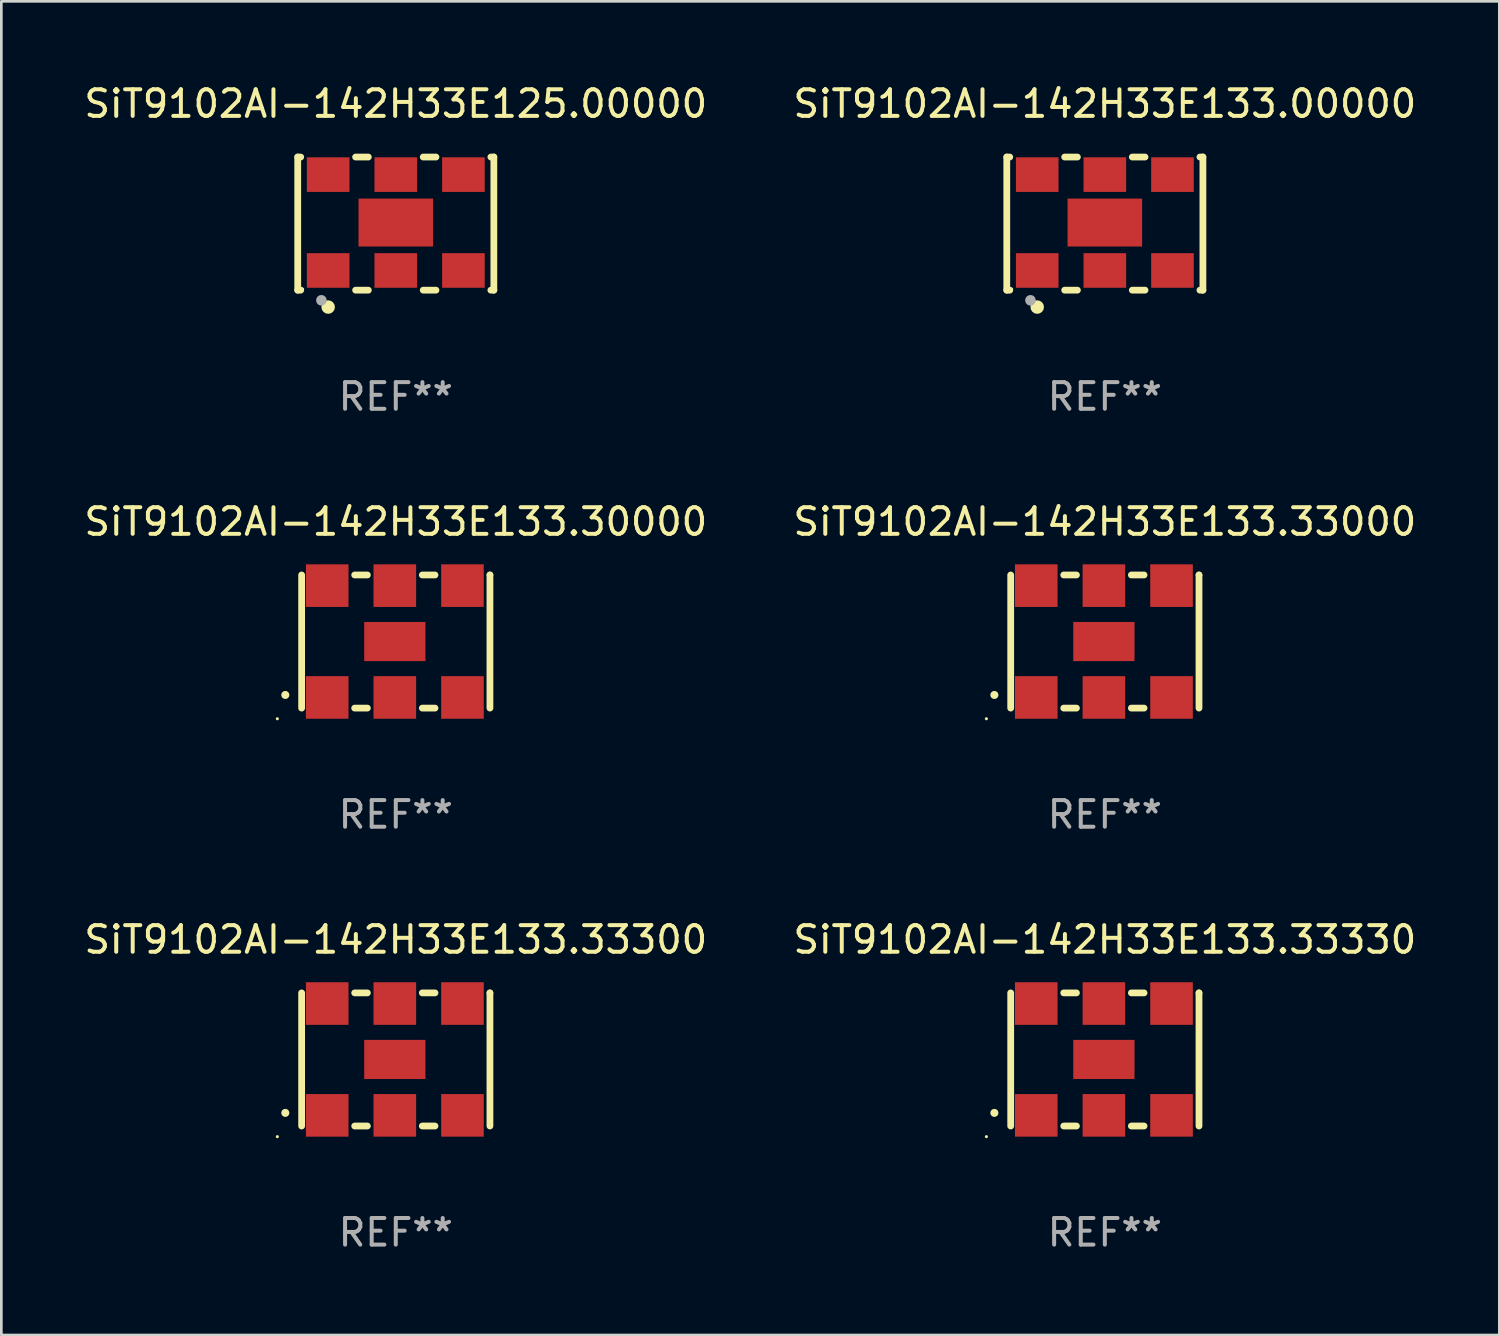
<source format=kicad_pcb>
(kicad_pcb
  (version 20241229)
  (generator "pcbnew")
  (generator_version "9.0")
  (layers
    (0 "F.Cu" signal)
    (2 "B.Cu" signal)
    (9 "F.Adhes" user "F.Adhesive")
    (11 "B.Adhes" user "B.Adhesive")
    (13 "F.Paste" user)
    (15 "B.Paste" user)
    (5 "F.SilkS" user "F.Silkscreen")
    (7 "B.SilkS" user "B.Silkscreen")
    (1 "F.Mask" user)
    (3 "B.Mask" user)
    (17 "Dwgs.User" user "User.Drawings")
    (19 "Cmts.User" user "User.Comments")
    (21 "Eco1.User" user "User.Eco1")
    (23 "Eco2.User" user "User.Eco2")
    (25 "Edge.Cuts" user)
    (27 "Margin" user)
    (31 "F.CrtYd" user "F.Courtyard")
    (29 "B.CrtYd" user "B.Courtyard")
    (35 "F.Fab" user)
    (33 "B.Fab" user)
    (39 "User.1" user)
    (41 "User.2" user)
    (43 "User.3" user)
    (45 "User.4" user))
  (footprint "SiT9102AI-142H33E133.33300"
    (layer "F.Cu")
    (at 11.815 36.741)
    (property "Reference" "SiT9102AI-142H33E133.33300" (at 0 -4.5 0) (layer "F.SilkS") (effects (font (size 1 1) (thickness 0.15))))
    (attr through_hole)
    (fp_line (start -3.536 -2.5) (end -3.536 2.5) (stroke (width 0.254) (type solid)) (layer "F.SilkS"))
    (fp_line (start -1.544 2.5) (end -1.067 2.5) (stroke (width 0.254) (type solid)) (layer "F.SilkS"))
    (fp_line (start -1.067 -2.5) (end -1.544 -2.5) (stroke (width 0.254) (type solid)) (layer "F.SilkS"))
    (fp_line (start 0.996 2.5) (end 1.473 2.5) (stroke (width 0.254) (type solid)) (layer "F.SilkS"))
    (fp_line (start 1.473 -2.5) (end 0.996 -2.5) (stroke (width 0.254) (type solid)) (layer "F.SilkS"))
    (fp_line (start 3.536 -2.5) (end 3.536 -2.5) (stroke (width 0.254) (type solid)) (layer "F.SilkS"))
    (fp_line (start 3.536 2.5) (end 3.536 -2.5) (stroke (width 0.254) (type solid)) (layer "F.SilkS"))
    (fp_arc (start -4.150432 2.006604) (mid -4.149162 2.006599) (end -4.147892 2.006604) (stroke (width 0.3) (type solid)) (layer "F.SilkS"))
    (fp_circle (center -4.449 2.9) (end -4.419 2.9) (stroke (width 0.06) (type solid)) (fill no) (layer "F.SilkS"))
    (fp_text user "REF**" (at 0 6.5 0) (layer "F.Fab") (effects (font (size 1 1) (thickness 0.15))))
    (pad "1" smd rect (at -2.576 2.1) (size 1.6 1.6) (layers "F.Cu" "F.Mask" "F.Paste"))
    (pad "2" smd rect (at -0.036 2.1) (size 1.6 1.6) (layers "F.Cu" "F.Mask" "F.Paste"))
    (pad "3" smd rect (at 2.504 2.1) (size 1.6 1.6) (layers "F.Cu" "F.Mask" "F.Paste"))
    (pad "4" smd rect (at 2.504 -2.1) (size 1.6 1.6) (layers "F.Cu" "F.Mask" "F.Paste"))
    (pad "5" smd rect (at -0.036 -2.1) (size 1.6 1.6) (layers "F.Cu" "F.Mask" "F.Paste"))
    (pad "6" smd rect (at -2.576 -2.1) (size 1.6 1.6) (layers "F.Cu" "F.Mask" "F.Paste"))
    (pad "7" smd rect (at -0.036 0) (size 2.3 1.47) (layers "F.Cu" "F.Mask" "F.Paste")))
  (footprint "SiT9102AI-142H33E133.00000"
    (layer "F.Cu")
    (at 38.446 5.348)
    (property "Reference" "SiT9102AI-142H33E133.00000" (at 0 -4.5 0) (layer "F.SilkS") (effects (font (size 1 1) (thickness 0.15))))
    (attr through_hole)
    (fp_line (start -3.683 -2.5) (end -3.571 -2.5) (stroke (width 0.254) (type solid)) (layer "F.SilkS"))
    (fp_line (start -3.683 2.5) (end -3.683 -2.5) (stroke (width 0.254) (type solid)) (layer "F.SilkS"))
    (fp_line (start -3.683 2.5) (end -3.571 2.5) (stroke (width 0.254) (type solid)) (layer "F.SilkS"))
    (fp_line (start -1.509 -2.5) (end -1.031 -2.5) (stroke (width 0.254) (type solid)) (layer "F.SilkS"))
    (fp_line (start -1.509 2.5) (end -1.031 2.5) (stroke (width 0.254) (type solid)) (layer "F.SilkS"))
    (fp_line (start 1.031 -2.5) (end 1.509 -2.5) (stroke (width 0.254) (type solid)) (layer "F.SilkS"))
    (fp_line (start 1.031 2.5) (end 1.509 2.5) (stroke (width 0.254) (type solid)) (layer "F.SilkS"))
    (fp_line (start 3.571 -2.5) (end 3.683 -2.5) (stroke (width 0.254) (type solid)) (layer "F.SilkS"))
    (fp_line (start 3.571 2.5) (end 3.683 2.5) (stroke (width 0.254) (type solid)) (layer "F.SilkS"))
    (fp_line (start 3.683 2.5) (end 3.683 -2.5) (stroke (width 0.254) (type solid)) (layer "F.SilkS"))
    (fp_circle (center -3.5 2.46) (end -3.47 2.46) (stroke (width 0.06) (type solid)) (fill no) (layer "F.SilkS"))
    (fp_circle (center -2.54 3.135) (end -2.413 3.135) (stroke (width 0.254) (type solid)) (fill no) (layer "F.SilkS"))
    (fp_circle (center -2.794 2.881) (end -2.694 2.881) (stroke (width 0.2) (type solid)) (fill no) (layer "F.Fab"))
    (fp_text user "REF**" (at 0 6.5 0) (layer "F.Fab") (effects (font (size 1 1) (thickness 0.15))))
    (pad "1" smd rect (at -2.54 1.76) (size 1.6 1.3) (layers "F.Cu" "F.Mask" "F.Paste"))
    (pad "2" smd rect (at 0 1.76) (size 1.6 1.3) (layers "F.Cu" "F.Mask" "F.Paste"))
    (pad "3" smd rect (at 2.54 1.76) (size 1.6 1.3) (layers "F.Cu" "F.Mask" "F.Paste"))
    (pad "4" smd rect (at 2.54 -1.84) (size 1.6 1.3) (layers "F.Cu" "F.Mask" "F.Paste"))
    (pad "5" smd rect (at 0 -1.84) (size 1.6 1.3) (layers "F.Cu" "F.Mask" "F.Paste"))
    (pad "6" smd rect (at -2.54 -1.84) (size 1.6 1.3) (layers "F.Cu" "F.Mask" "F.Paste"))
    (pad "7" smd rect (at 0 -0.04) (size 2.8 1.8) (layers "F.Cu" "F.Mask" "F.Paste")))
  (footprint "SiT9102AI-142H33E125.00000"
    (layer "F.Cu")
    (at 11.815 5.348)
    (property "Reference" "SiT9102AI-142H33E125.00000" (at 0 -4.5 0) (layer "F.SilkS") (effects (font (size 1 1) (thickness 0.15))))
    (attr through_hole)
    (fp_line (start -3.683 -2.5) (end -3.571 -2.5) (stroke (width 0.254) (type solid)) (layer "F.SilkS"))
    (fp_line (start -3.683 2.5) (end -3.683 -2.5) (stroke (width 0.254) (type solid)) (layer "F.SilkS"))
    (fp_line (start -3.683 2.5) (end -3.571 2.5) (stroke (width 0.254) (type solid)) (layer "F.SilkS"))
    (fp_line (start -1.509 -2.5) (end -1.031 -2.5) (stroke (width 0.254) (type solid)) (layer "F.SilkS"))
    (fp_line (start -1.509 2.5) (end -1.031 2.5) (stroke (width 0.254) (type solid)) (layer "F.SilkS"))
    (fp_line (start 1.031 -2.5) (end 1.509 -2.5) (stroke (width 0.254) (type solid)) (layer "F.SilkS"))
    (fp_line (start 1.031 2.5) (end 1.509 2.5) (stroke (width 0.254) (type solid)) (layer "F.SilkS"))
    (fp_line (start 3.571 -2.5) (end 3.683 -2.5) (stroke (width 0.254) (type solid)) (layer "F.SilkS"))
    (fp_line (start 3.571 2.5) (end 3.683 2.5) (stroke (width 0.254) (type solid)) (layer "F.SilkS"))
    (fp_line (start 3.683 2.5) (end 3.683 -2.5) (stroke (width 0.254) (type solid)) (layer "F.SilkS"))
    (fp_circle (center -3.5 2.46) (end -3.47 2.46) (stroke (width 0.06) (type solid)) (fill no) (layer "F.SilkS"))
    (fp_circle (center -2.54 3.135) (end -2.413 3.135) (stroke (width 0.254) (type solid)) (fill no) (layer "F.SilkS"))
    (fp_circle (center -2.794 2.881) (end -2.694 2.881) (stroke (width 0.2) (type solid)) (fill no) (layer "F.Fab"))
    (fp_text user "REF**" (at 0 6.5 0) (layer "F.Fab") (effects (font (size 1 1) (thickness 0.15))))
    (pad "1" smd rect (at -2.54 1.76) (size 1.6 1.3) (layers "F.Cu" "F.Mask" "F.Paste"))
    (pad "2" smd rect (at 0 1.76) (size 1.6 1.3) (layers "F.Cu" "F.Mask" "F.Paste"))
    (pad "3" smd rect (at 2.54 1.76) (size 1.6 1.3) (layers "F.Cu" "F.Mask" "F.Paste"))
    (pad "4" smd rect (at 2.54 -1.84) (size 1.6 1.3) (layers "F.Cu" "F.Mask" "F.Paste"))
    (pad "5" smd rect (at 0 -1.84) (size 1.6 1.3) (layers "F.Cu" "F.Mask" "F.Paste"))
    (pad "6" smd rect (at -2.54 -1.84) (size 1.6 1.3) (layers "F.Cu" "F.Mask" "F.Paste"))
    (pad "7" smd rect (at 0 -0.04) (size 2.8 1.8) (layers "F.Cu" "F.Mask" "F.Paste")))
  (footprint "SiT9102AI-142H33E133.33330"
    (layer "F.Cu")
    (at 38.446 36.741)
    (property "Reference" "SiT9102AI-142H33E133.33330" (at 0 -4.5 0) (layer "F.SilkS") (effects (font (size 1 1) (thickness 0.15))))
    (attr through_hole)
    (fp_line (start -3.536 -2.5) (end -3.536 2.5) (stroke (width 0.254) (type solid)) (layer "F.SilkS"))
    (fp_line (start -1.544 2.5) (end -1.067 2.5) (stroke (width 0.254) (type solid)) (layer "F.SilkS"))
    (fp_line (start -1.067 -2.5) (end -1.544 -2.5) (stroke (width 0.254) (type solid)) (layer "F.SilkS"))
    (fp_line (start 0.996 2.5) (end 1.473 2.5) (stroke (width 0.254) (type solid)) (layer "F.SilkS"))
    (fp_line (start 1.473 -2.5) (end 0.996 -2.5) (stroke (width 0.254) (type solid)) (layer "F.SilkS"))
    (fp_line (start 3.536 -2.5) (end 3.536 -2.5) (stroke (width 0.254) (type solid)) (layer "F.SilkS"))
    (fp_line (start 3.536 2.5) (end 3.536 -2.5) (stroke (width 0.254) (type solid)) (layer "F.SilkS"))
    (fp_arc (start -4.150432 2.006604) (mid -4.149162 2.006599) (end -4.147892 2.006604) (stroke (width 0.3) (type solid)) (layer "F.SilkS"))
    (fp_circle (center -4.449 2.9) (end -4.419 2.9) (stroke (width 0.06) (type solid)) (fill no) (layer "F.SilkS"))
    (fp_text user "REF**" (at 0 6.5 0) (layer "F.Fab") (effects (font (size 1 1) (thickness 0.15))))
    (pad "1" smd rect (at -2.576 2.1) (size 1.6 1.6) (layers "F.Cu" "F.Mask" "F.Paste"))
    (pad "2" smd rect (at -0.036 2.1) (size 1.6 1.6) (layers "F.Cu" "F.Mask" "F.Paste"))
    (pad "3" smd rect (at 2.504 2.1) (size 1.6 1.6) (layers "F.Cu" "F.Mask" "F.Paste"))
    (pad "4" smd rect (at 2.504 -2.1) (size 1.6 1.6) (layers "F.Cu" "F.Mask" "F.Paste"))
    (pad "5" smd rect (at -0.036 -2.1) (size 1.6 1.6) (layers "F.Cu" "F.Mask" "F.Paste"))
    (pad "6" smd rect (at -2.576 -2.1) (size 1.6 1.6) (layers "F.Cu" "F.Mask" "F.Paste"))
    (pad "7" smd rect (at -0.036 0) (size 2.3 1.47) (layers "F.Cu" "F.Mask" "F.Paste")))
  (footprint "SiT9102AI-142H33E133.30000"
    (layer "F.Cu")
    (at 11.815 21.045)
    (property "Reference" "SiT9102AI-142H33E133.30000" (at 0 -4.5 0) (layer "F.SilkS") (effects (font (size 1 1) (thickness 0.15))))
    (attr through_hole)
    (fp_line (start -3.536 -2.5) (end -3.536 2.5) (stroke (width 0.254) (type solid)) (layer "F.SilkS"))
    (fp_line (start -1.544 2.5) (end -1.067 2.5) (stroke (width 0.254) (type solid)) (layer "F.SilkS"))
    (fp_line (start -1.067 -2.5) (end -1.544 -2.5) (stroke (width 0.254) (type solid)) (layer "F.SilkS"))
    (fp_line (start 0.996 2.5) (end 1.473 2.5) (stroke (width 0.254) (type solid)) (layer "F.SilkS"))
    (fp_line (start 1.473 -2.5) (end 0.996 -2.5) (stroke (width 0.254) (type solid)) (layer "F.SilkS"))
    (fp_line (start 3.536 -2.5) (end 3.536 -2.5) (stroke (width 0.254) (type solid)) (layer "F.SilkS"))
    (fp_line (start 3.536 2.5) (end 3.536 -2.5) (stroke (width 0.254) (type solid)) (layer "F.SilkS"))
    (fp_arc (start -4.150432 2.006604) (mid -4.149162 2.006599) (end -4.147892 2.006604) (stroke (width 0.3) (type solid)) (layer "F.SilkS"))
    (fp_circle (center -4.449 2.9) (end -4.419 2.9) (stroke (width 0.06) (type solid)) (fill no) (layer "F.SilkS"))
    (fp_text user "REF**" (at 0 6.5 0) (layer "F.Fab") (effects (font (size 1 1) (thickness 0.15))))
    (pad "1" smd rect (at -2.576 2.1) (size 1.6 1.6) (layers "F.Cu" "F.Mask" "F.Paste"))
    (pad "2" smd rect (at -0.036 2.1) (size 1.6 1.6) (layers "F.Cu" "F.Mask" "F.Paste"))
    (pad "3" smd rect (at 2.504 2.1) (size 1.6 1.6) (layers "F.Cu" "F.Mask" "F.Paste"))
    (pad "4" smd rect (at 2.504 -2.1) (size 1.6 1.6) (layers "F.Cu" "F.Mask" "F.Paste"))
    (pad "5" smd rect (at -0.036 -2.1) (size 1.6 1.6) (layers "F.Cu" "F.Mask" "F.Paste"))
    (pad "6" smd rect (at -2.576 -2.1) (size 1.6 1.6) (layers "F.Cu" "F.Mask" "F.Paste"))
    (pad "7" smd rect (at -0.036 0) (size 2.3 1.47) (layers "F.Cu" "F.Mask" "F.Paste")))
  (footprint "SiT9102AI-142H33E133.33000"
    (layer "F.Cu")
    (at 38.446 21.045)
    (property "Reference" "SiT9102AI-142H33E133.33000" (at 0 -4.5 0) (layer "F.SilkS") (effects (font (size 1 1) (thickness 0.15))))
    (attr through_hole)
    (fp_line (start -3.536 -2.5) (end -3.536 2.5) (stroke (width 0.254) (type solid)) (layer "F.SilkS"))
    (fp_line (start -1.544 2.5) (end -1.067 2.5) (stroke (width 0.254) (type solid)) (layer "F.SilkS"))
    (fp_line (start -1.067 -2.5) (end -1.544 -2.5) (stroke (width 0.254) (type solid)) (layer "F.SilkS"))
    (fp_line (start 0.996 2.5) (end 1.473 2.5) (stroke (width 0.254) (type solid)) (layer "F.SilkS"))
    (fp_line (start 1.473 -2.5) (end 0.996 -2.5) (stroke (width 0.254) (type solid)) (layer "F.SilkS"))
    (fp_line (start 3.536 -2.5) (end 3.536 -2.5) (stroke (width 0.254) (type solid)) (layer "F.SilkS"))
    (fp_line (start 3.536 2.5) (end 3.536 -2.5) (stroke (width 0.254) (type solid)) (layer "F.SilkS"))
    (fp_arc (start -4.150432 2.006604) (mid -4.149162 2.006599) (end -4.147892 2.006604) (stroke (width 0.3) (type solid)) (layer "F.SilkS"))
    (fp_circle (center -4.449 2.9) (end -4.419 2.9) (stroke (width 0.06) (type solid)) (fill no) (layer "F.SilkS"))
    (fp_text user "REF**" (at 0 6.5 0) (layer "F.Fab") (effects (font (size 1 1) (thickness 0.15))))
    (pad "1" smd rect (at -2.576 2.1) (size 1.6 1.6) (layers "F.Cu" "F.Mask" "F.Paste"))
    (pad "2" smd rect (at -0.036 2.1) (size 1.6 1.6) (layers "F.Cu" "F.Mask" "F.Paste"))
    (pad "3" smd rect (at 2.504 2.1) (size 1.6 1.6) (layers "F.Cu" "F.Mask" "F.Paste"))
    (pad "4" smd rect (at 2.504 -2.1) (size 1.6 1.6) (layers "F.Cu" "F.Mask" "F.Paste"))
    (pad "5" smd rect (at -0.036 -2.1) (size 1.6 1.6) (layers "F.Cu" "F.Mask" "F.Paste"))
    (pad "6" smd rect (at -2.576 -2.1) (size 1.6 1.6) (layers "F.Cu" "F.Mask" "F.Paste"))
    (pad "7" smd rect (at -0.036 0) (size 2.3 1.47) (layers "F.Cu" "F.Mask" "F.Paste")))
  (gr_rect
    (start -3 -3)
    (end 53.262 47.09)
    (stroke (width 0.1) (type default))
    (fill no)
    (layer "Edge.Cuts")))
</source>
